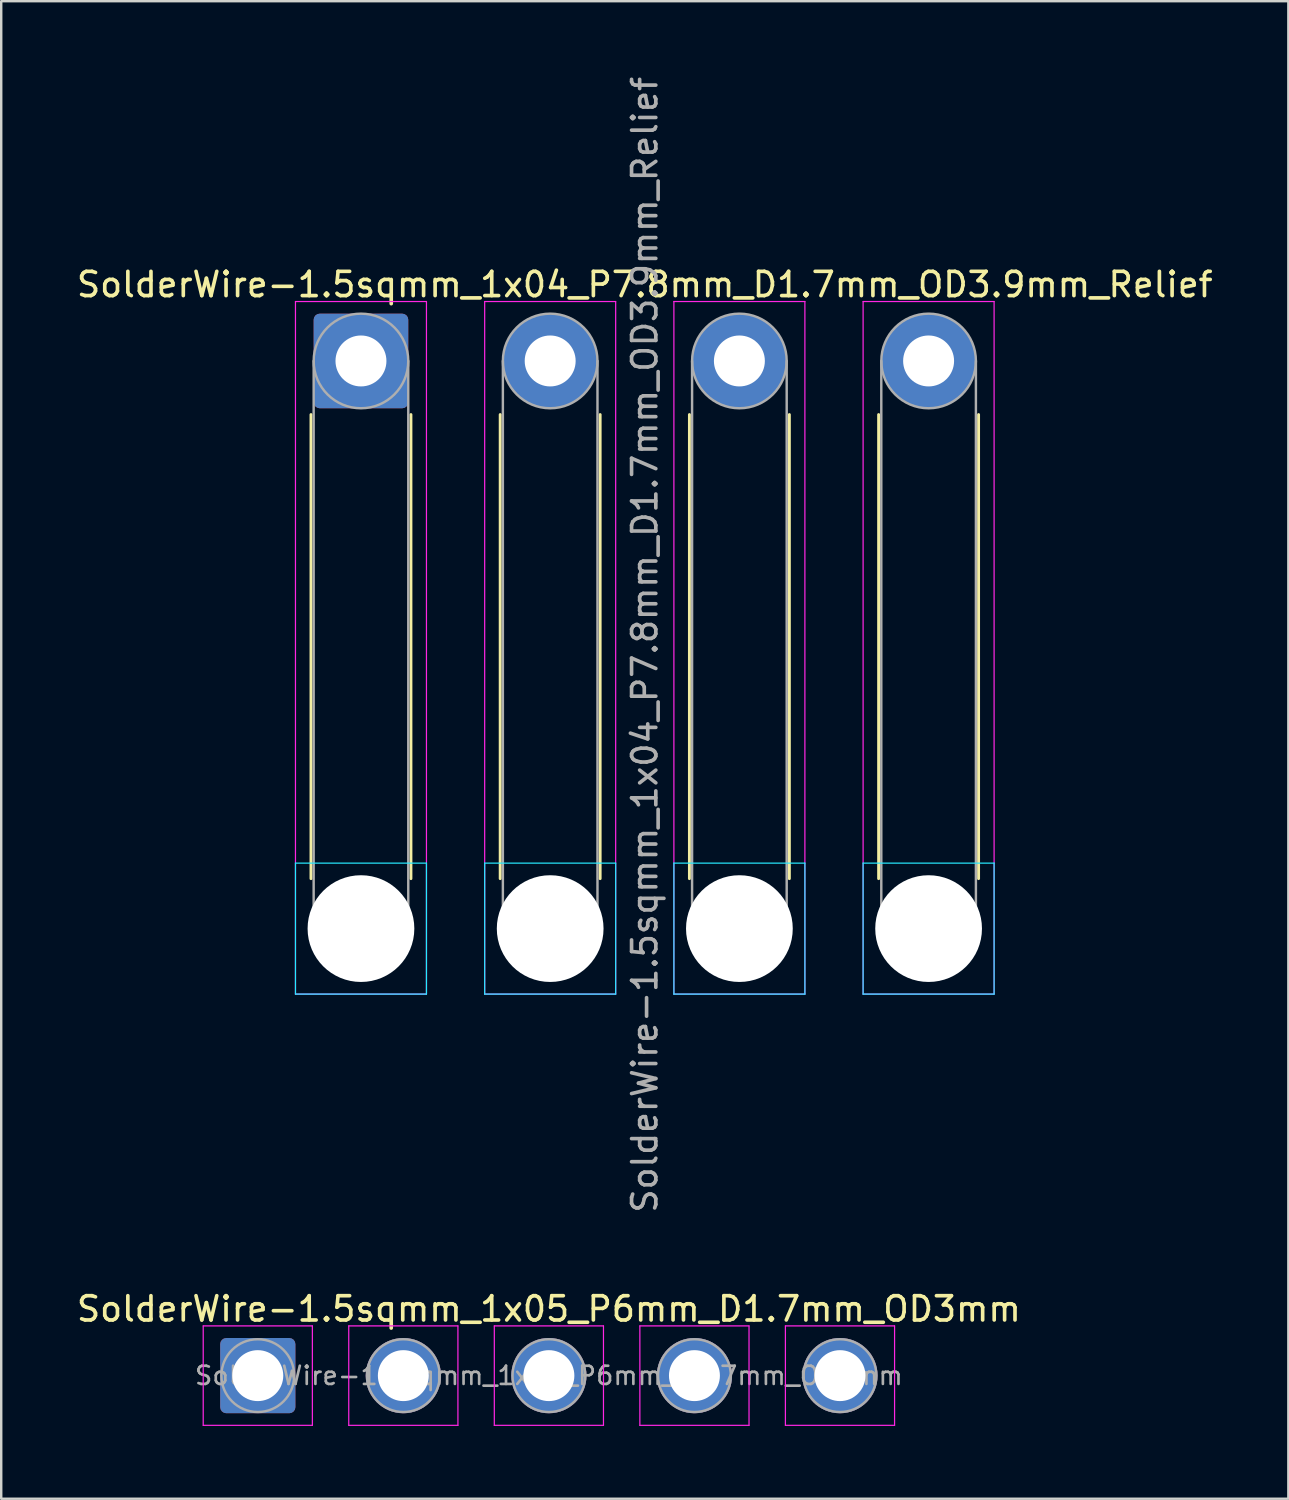
<source format=kicad_pcb>
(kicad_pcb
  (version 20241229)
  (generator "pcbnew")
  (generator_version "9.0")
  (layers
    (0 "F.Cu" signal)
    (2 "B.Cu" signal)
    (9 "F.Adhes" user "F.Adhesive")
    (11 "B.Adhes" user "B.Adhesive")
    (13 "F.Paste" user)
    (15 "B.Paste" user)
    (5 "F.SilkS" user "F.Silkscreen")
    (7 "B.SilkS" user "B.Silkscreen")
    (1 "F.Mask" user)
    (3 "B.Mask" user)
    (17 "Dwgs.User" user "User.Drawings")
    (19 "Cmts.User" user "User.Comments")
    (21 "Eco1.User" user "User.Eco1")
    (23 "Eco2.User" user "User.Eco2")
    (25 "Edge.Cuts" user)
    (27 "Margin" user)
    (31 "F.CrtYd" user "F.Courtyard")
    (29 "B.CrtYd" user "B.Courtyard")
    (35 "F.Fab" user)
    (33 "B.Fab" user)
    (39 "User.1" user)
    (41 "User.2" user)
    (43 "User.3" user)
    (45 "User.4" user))
  (footprint "SolderWire-1.5sqmm_1x04_P7.8mm_D1.7mm_OD3.9mm_Relief"
    (layer "F.Cu")
    (at 11.83 11.83)
    (property "Reference" "SolderWire-1.5sqmm_1x04_P7.8mm_D1.7mm_OD3.9mm_Relief" (at 11.7 -3.15 0) (layer "F.SilkS") (effects (font (size 1 1) (thickness 0.15))))
    (attr exclude_from_pos_files exclude_from_bom)
    (fp_line (start -2.06 2.21) (end -2.06 21.34) (stroke (width 0.12) (type solid)) (layer "F.SilkS"))
    (fp_line (start 2.06 2.21) (end 2.06 21.34) (stroke (width 0.12) (type solid)) (layer "F.SilkS"))
    (fp_line (start 5.74 2.21) (end 5.74 21.34) (stroke (width 0.12) (type solid)) (layer "F.SilkS"))
    (fp_line (start 9.86 2.21) (end 9.86 21.34) (stroke (width 0.12) (type solid)) (layer "F.SilkS"))
    (fp_line (start 13.54 2.21) (end 13.54 21.34) (stroke (width 0.12) (type solid)) (layer "F.SilkS"))
    (fp_line (start 17.66 2.21) (end 17.66 21.34) (stroke (width 0.12) (type solid)) (layer "F.SilkS"))
    (fp_line (start 21.34 2.21) (end 21.34 21.34) (stroke (width 0.12) (type solid)) (layer "F.SilkS"))
    (fp_line (start 25.46 2.21) (end 25.46 21.34) (stroke (width 0.12) (type solid)) (layer "F.SilkS"))
    (fp_line (start -2.7 20.7) (end -2.7 26.1) (stroke (width 0.05) (type solid)) (layer "B.CrtYd"))
    (fp_line (start -2.7 26.1) (end 2.7 26.1) (stroke (width 0.05) (type solid)) (layer "B.CrtYd"))
    (fp_line (start 2.7 20.7) (end -2.7 20.7) (stroke (width 0.05) (type solid)) (layer "B.CrtYd"))
    (fp_line (start 2.7 26.1) (end 2.7 20.7) (stroke (width 0.05) (type solid)) (layer "B.CrtYd"))
    (fp_line (start 5.1 20.7) (end 5.1 26.1) (stroke (width 0.05) (type solid)) (layer "B.CrtYd"))
    (fp_line (start 5.1 26.1) (end 10.5 26.1) (stroke (width 0.05) (type solid)) (layer "B.CrtYd"))
    (fp_line (start 10.5 20.7) (end 5.1 20.7) (stroke (width 0.05) (type solid)) (layer "B.CrtYd"))
    (fp_line (start 10.5 26.1) (end 10.5 20.7) (stroke (width 0.05) (type solid)) (layer "B.CrtYd"))
    (fp_line (start 12.9 20.7) (end 12.9 26.1) (stroke (width 0.05) (type solid)) (layer "B.CrtYd"))
    (fp_line (start 12.9 26.1) (end 18.3 26.1) (stroke (width 0.05) (type solid)) (layer "B.CrtYd"))
    (fp_line (start 18.3 20.7) (end 12.9 20.7) (stroke (width 0.05) (type solid)) (layer "B.CrtYd"))
    (fp_line (start 18.3 26.1) (end 18.3 20.7) (stroke (width 0.05) (type solid)) (layer "B.CrtYd"))
    (fp_line (start 20.7 20.7) (end 20.7 26.1) (stroke (width 0.05) (type solid)) (layer "B.CrtYd"))
    (fp_line (start 20.7 26.1) (end 26.1 26.1) (stroke (width 0.05) (type solid)) (layer "B.CrtYd"))
    (fp_line (start 26.1 20.7) (end 20.7 20.7) (stroke (width 0.05) (type solid)) (layer "B.CrtYd"))
    (fp_line (start 26.1 26.1) (end 26.1 20.7) (stroke (width 0.05) (type solid)) (layer "B.CrtYd"))
    (fp_line (start -2.7 -2.45) (end -2.7 26.1) (stroke (width 0.05) (type solid)) (layer "F.CrtYd"))
    (fp_line (start -2.7 26.1) (end 2.7 26.1) (stroke (width 0.05) (type solid)) (layer "F.CrtYd"))
    (fp_line (start 2.7 -2.45) (end -2.7 -2.45) (stroke (width 0.05) (type solid)) (layer "F.CrtYd"))
    (fp_line (start 2.7 26.1) (end 2.7 -2.45) (stroke (width 0.05) (type solid)) (layer "F.CrtYd"))
    (fp_line (start 5.1 -2.45) (end 5.1 26.1) (stroke (width 0.05) (type solid)) (layer "F.CrtYd"))
    (fp_line (start 5.1 26.1) (end 10.5 26.1) (stroke (width 0.05) (type solid)) (layer "F.CrtYd"))
    (fp_line (start 10.5 -2.45) (end 5.1 -2.45) (stroke (width 0.05) (type solid)) (layer "F.CrtYd"))
    (fp_line (start 10.5 26.1) (end 10.5 -2.45) (stroke (width 0.05) (type solid)) (layer "F.CrtYd"))
    (fp_line (start 12.9 -2.45) (end 12.9 26.1) (stroke (width 0.05) (type solid)) (layer "F.CrtYd"))
    (fp_line (start 12.9 26.1) (end 18.3 26.1) (stroke (width 0.05) (type solid)) (layer "F.CrtYd"))
    (fp_line (start 18.3 -2.45) (end 12.9 -2.45) (stroke (width 0.05) (type solid)) (layer "F.CrtYd"))
    (fp_line (start 18.3 26.1) (end 18.3 -2.45) (stroke (width 0.05) (type solid)) (layer "F.CrtYd"))
    (fp_line (start 20.7 -2.45) (end 20.7 26.1) (stroke (width 0.05) (type solid)) (layer "F.CrtYd"))
    (fp_line (start 20.7 26.1) (end 26.1 26.1) (stroke (width 0.05) (type solid)) (layer "F.CrtYd"))
    (fp_line (start 26.1 -2.45) (end 20.7 -2.45) (stroke (width 0.05) (type solid)) (layer "F.CrtYd"))
    (fp_line (start 26.1 26.1) (end 26.1 -2.45) (stroke (width 0.05) (type solid)) (layer "F.CrtYd"))
    (fp_line (start -1.95 0) (end -1.95 23.4) (stroke (width 0.1) (type solid)) (layer "F.Fab"))
    (fp_line (start 1.95 0) (end 1.95 23.4) (stroke (width 0.1) (type solid)) (layer "F.Fab"))
    (fp_line (start 5.85 0) (end 5.85 23.4) (stroke (width 0.1) (type solid)) (layer "F.Fab"))
    (fp_line (start 9.75 0) (end 9.75 23.4) (stroke (width 0.1) (type solid)) (layer "F.Fab"))
    (fp_line (start 13.65 0) (end 13.65 23.4) (stroke (width 0.1) (type solid)) (layer "F.Fab"))
    (fp_line (start 17.55 0) (end 17.55 23.4) (stroke (width 0.1) (type solid)) (layer "F.Fab"))
    (fp_line (start 21.45 0) (end 21.45 23.4) (stroke (width 0.1) (type solid)) (layer "F.Fab"))
    (fp_line (start 25.35 0) (end 25.35 23.4) (stroke (width 0.1) (type solid)) (layer "F.Fab"))
    (fp_circle (center 0 0) (end 1.95 0) (stroke (width 0.1) (type solid)) (fill no) (layer "F.Fab"))
    (fp_circle (center 0 23.4) (end 1.95 23.4) (stroke (width 0.1) (type solid)) (fill no) (layer "F.Fab"))
    (fp_circle (center 7.8 0) (end 9.75 0) (stroke (width 0.1) (type solid)) (fill no) (layer "F.Fab"))
    (fp_circle (center 7.8 23.4) (end 9.75 23.4) (stroke (width 0.1) (type solid)) (fill no) (layer "F.Fab"))
    (fp_circle (center 15.6 0) (end 17.55 0) (stroke (width 0.1) (type solid)) (fill no) (layer "F.Fab"))
    (fp_circle (center 15.6 23.4) (end 17.55 23.4) (stroke (width 0.1) (type solid)) (fill no) (layer "F.Fab"))
    (fp_circle (center 23.4 0) (end 25.35 0) (stroke (width 0.1) (type solid)) (fill no) (layer "F.Fab"))
    (fp_circle (center 23.4 23.4) (end 25.35 23.4) (stroke (width 0.1) (type solid)) (fill no) (layer "F.Fab"))
    (fp_text user "${REFERENCE}" (at 11.7 11.7 90) (layer "F.Fab") (effects (font (size 1 1) (thickness 0.15))))
    (pad "" np_thru_hole circle (at 0 23.4) (size 4.4 4.4) (drill 4.4) (layers "*.Cu" "*.Mask"))
    (pad "" np_thru_hole circle (at 7.8 23.4) (size 4.4 4.4) (drill 4.4) (layers "*.Cu" "*.Mask"))
    (pad "" np_thru_hole circle (at 15.6 23.4) (size 4.4 4.4) (drill 4.4) (layers "*.Cu" "*.Mask"))
    (pad "" np_thru_hole circle (at 23.4 23.4) (size 4.4 4.4) (drill 4.4) (layers "*.Cu" "*.Mask"))
    (pad "1" thru_hole roundrect (at 0 0) (size 3.9 3.9) (drill 2.1) (layers "*.Cu" "*.Mask") (roundrect_rratio 0.064))
    (pad "2" thru_hole circle (at 7.8 0) (size 3.9 3.9) (drill 2.1) (layers "*.Cu" "*.Mask"))
    (pad "3" thru_hole circle (at 15.6 0) (size 3.9 3.9) (drill 2.1) (layers "*.Cu" "*.Mask"))
    (pad "4" thru_hole circle (at 23.4 0) (size 3.9 3.9) (drill 2.1) (layers "*.Cu" "*.Mask")))
  (footprint "SolderWire-1.5sqmm_1x05_P6mm_D1.7mm_OD3mm"
    (layer "F.Cu")
    (at 7.577 53.658)
    (property "Reference" "SolderWire-1.5sqmm_1x05_P6mm_D1.7mm_OD3mm" (at 12 -2.75 0) (layer "F.SilkS") (effects (font (size 1 1) (thickness 0.15))))
    (attr exclude_from_pos_files exclude_from_bom)
    (fp_line (start -2.25 -2.05) (end -2.25 2.05) (stroke (width 0.05) (type solid)) (layer "F.CrtYd"))
    (fp_line (start -2.25 2.05) (end 2.25 2.05) (stroke (width 0.05) (type solid)) (layer "F.CrtYd"))
    (fp_line (start 2.25 -2.05) (end -2.25 -2.05) (stroke (width 0.05) (type solid)) (layer "F.CrtYd"))
    (fp_line (start 2.25 2.05) (end 2.25 -2.05) (stroke (width 0.05) (type solid)) (layer "F.CrtYd"))
    (fp_line (start 3.75 -2.05) (end 3.75 2.05) (stroke (width 0.05) (type solid)) (layer "F.CrtYd"))
    (fp_line (start 3.75 2.05) (end 8.25 2.05) (stroke (width 0.05) (type solid)) (layer "F.CrtYd"))
    (fp_line (start 8.25 -2.05) (end 3.75 -2.05) (stroke (width 0.05) (type solid)) (layer "F.CrtYd"))
    (fp_line (start 8.25 2.05) (end 8.25 -2.05) (stroke (width 0.05) (type solid)) (layer "F.CrtYd"))
    (fp_line (start 9.75 -2.05) (end 9.75 2.05) (stroke (width 0.05) (type solid)) (layer "F.CrtYd"))
    (fp_line (start 9.75 2.05) (end 14.25 2.05) (stroke (width 0.05) (type solid)) (layer "F.CrtYd"))
    (fp_line (start 14.25 -2.05) (end 9.75 -2.05) (stroke (width 0.05) (type solid)) (layer "F.CrtYd"))
    (fp_line (start 14.25 2.05) (end 14.25 -2.05) (stroke (width 0.05) (type solid)) (layer "F.CrtYd"))
    (fp_line (start 15.75 -2.05) (end 15.75 2.05) (stroke (width 0.05) (type solid)) (layer "F.CrtYd"))
    (fp_line (start 15.75 2.05) (end 20.25 2.05) (stroke (width 0.05) (type solid)) (layer "F.CrtYd"))
    (fp_line (start 20.25 -2.05) (end 15.75 -2.05) (stroke (width 0.05) (type solid)) (layer "F.CrtYd"))
    (fp_line (start 20.25 2.05) (end 20.25 -2.05) (stroke (width 0.05) (type solid)) (layer "F.CrtYd"))
    (fp_line (start 21.75 -2.05) (end 21.75 2.05) (stroke (width 0.05) (type solid)) (layer "F.CrtYd"))
    (fp_line (start 21.75 2.05) (end 26.25 2.05) (stroke (width 0.05) (type solid)) (layer "F.CrtYd"))
    (fp_line (start 26.25 -2.05) (end 21.75 -2.05) (stroke (width 0.05) (type solid)) (layer "F.CrtYd"))
    (fp_line (start 26.25 2.05) (end 26.25 -2.05) (stroke (width 0.05) (type solid)) (layer "F.CrtYd"))
    (fp_circle (center 0 0) (end 1.5 0) (stroke (width 0.1) (type solid)) (fill no) (layer "F.Fab"))
    (fp_circle (center 6 0) (end 7.5 0) (stroke (width 0.1) (type solid)) (fill no) (layer "F.Fab"))
    (fp_circle (center 12 0) (end 13.5 0) (stroke (width 0.1) (type solid)) (fill no) (layer "F.Fab"))
    (fp_circle (center 18 0) (end 19.5 0) (stroke (width 0.1) (type solid)) (fill no) (layer "F.Fab"))
    (fp_circle (center 24 0) (end 25.5 0) (stroke (width 0.1) (type solid)) (fill no) (layer "F.Fab"))
    (fp_text user "${REFERENCE}" (at 12 0 0) (layer "F.Fab") (effects (font (size 0.75 0.75) (thickness 0.11))))
    (pad "1" thru_hole roundrect (at 0 0) (size 3.1 3.1) (drill 2.1) (layers "*.Cu" "*.Mask") (roundrect_rratio 0.081))
    (pad "2" thru_hole circle (at 6 0) (size 3.1 3.1) (drill 2.1) (layers "*.Cu" "*.Mask"))
    (pad "3" thru_hole circle (at 12 0) (size 3.1 3.1) (drill 2.1) (layers "*.Cu" "*.Mask"))
    (pad "4" thru_hole circle (at 18 0) (size 3.1 3.1) (drill 2.1) (layers "*.Cu" "*.Mask"))
    (pad "5" thru_hole circle (at 24 0) (size 3.1 3.1) (drill 2.1) (layers "*.Cu" "*.Mask")))
  (gr_rect
    (start -3 -3)
    (end 50.06 58.733)
    (stroke (width 0.1) (type default))
    (fill no)
    (layer "Edge.Cuts")))
</source>
